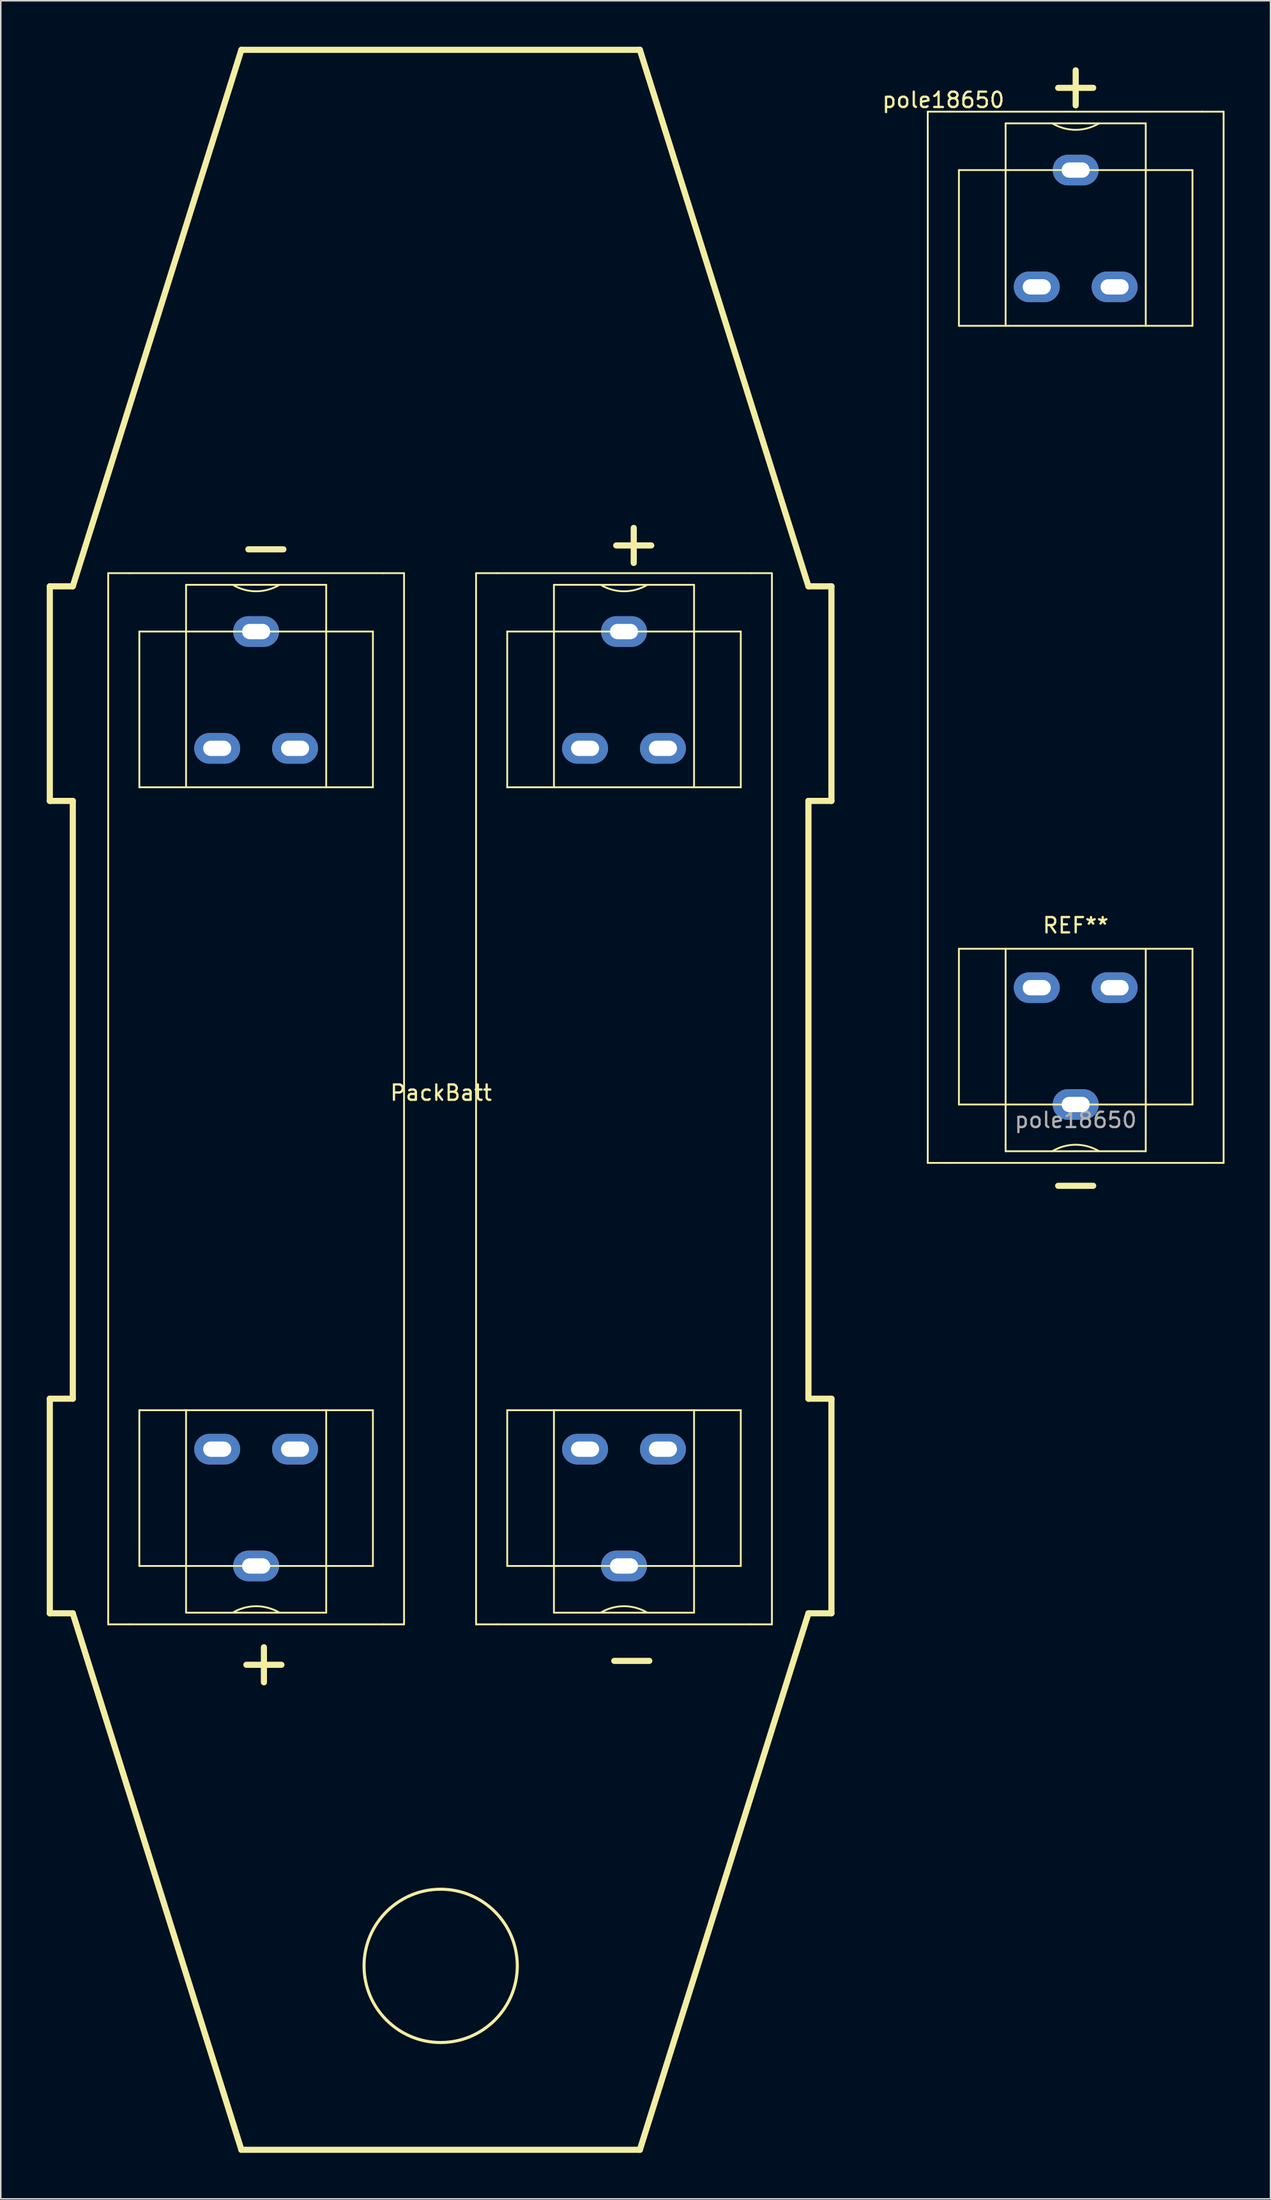
<source format=kicad_pcb>
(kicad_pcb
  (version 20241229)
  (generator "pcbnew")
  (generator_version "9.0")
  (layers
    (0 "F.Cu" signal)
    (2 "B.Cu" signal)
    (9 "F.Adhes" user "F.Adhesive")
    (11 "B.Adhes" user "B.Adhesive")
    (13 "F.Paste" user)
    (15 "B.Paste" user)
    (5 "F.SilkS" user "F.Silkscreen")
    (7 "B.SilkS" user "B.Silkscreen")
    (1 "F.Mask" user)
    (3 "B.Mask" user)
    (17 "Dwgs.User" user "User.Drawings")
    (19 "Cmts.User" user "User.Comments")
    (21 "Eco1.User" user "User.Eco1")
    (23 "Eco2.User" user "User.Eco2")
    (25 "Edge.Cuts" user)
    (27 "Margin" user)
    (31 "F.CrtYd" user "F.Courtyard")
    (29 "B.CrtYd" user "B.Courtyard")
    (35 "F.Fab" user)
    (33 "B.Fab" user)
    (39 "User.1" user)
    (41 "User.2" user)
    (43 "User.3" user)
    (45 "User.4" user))
  (footprint "pole18650"
    (layer "F.Cu")
    (at 67.137 13.125)
    (property "Reference" "pole18650" (at -8.636 -9.652 0) (layer "F.SilkS") (effects (font (size 1 1) (thickness 0.15))))
    (attr through_hole)
    (fp_line (start -9.652 -8.89) (end -8.255 -8.89) (stroke (width 0.12) (type solid)) (layer "F.SilkS"))
    (fp_line (start -9.652 59.69) (end -9.652 -8.89) (stroke (width 0.12) (type solid)) (layer "F.SilkS"))
    (fp_line (start -9.652 59.69) (end -8.255 59.69) (stroke (width 0.12) (type solid)) (layer "F.SilkS"))
    (fp_line (start -8.255 -8.89) (end 8.255 -8.89) (stroke (width 0.12) (type solid)) (layer "F.SilkS"))
    (fp_line (start -7.62 -5.08) (end 7.62 -5.08) (stroke (width 0.12) (type solid)) (layer "F.SilkS"))
    (fp_line (start -7.62 5.08) (end -7.62 -5.08) (stroke (width 0.12) (type solid)) (layer "F.SilkS"))
    (fp_line (start -7.62 45.72) (end 7.62 45.72) (stroke (width 0.12) (type solid)) (layer "F.SilkS"))
    (fp_line (start -7.62 55.88) (end -7.62 45.72) (stroke (width 0.12) (type solid)) (layer "F.SilkS"))
    (fp_line (start -4.572 -8.128) (end 4.572 -8.128) (stroke (width 0.12) (type solid)) (layer "F.SilkS"))
    (fp_line (start -4.572 5.08) (end -4.572 -8.128) (stroke (width 0.12) (type solid)) (layer "F.SilkS"))
    (fp_line (start -4.572 58.928) (end -4.572 45.72) (stroke (width 0.12) (type solid)) (layer "F.SilkS"))
    (fp_line (start 4.572 -8.128) (end 4.572 5.08) (stroke (width 0.12) (type solid)) (layer "F.SilkS"))
    (fp_line (start 4.572 45.72) (end 4.572 58.928) (stroke (width 0.12) (type solid)) (layer "F.SilkS"))
    (fp_line (start 4.572 58.928) (end -4.572 58.928) (stroke (width 0.12) (type solid)) (layer "F.SilkS"))
    (fp_line (start 7.62 -5.08) (end 7.62 5.08) (stroke (width 0.12) (type solid)) (layer "F.SilkS"))
    (fp_line (start 7.62 5.08) (end -7.62 5.08) (stroke (width 0.12) (type solid)) (layer "F.SilkS"))
    (fp_line (start 7.62 45.72) (end 7.62 55.88) (stroke (width 0.12) (type solid)) (layer "F.SilkS"))
    (fp_line (start 7.62 55.88) (end -7.62 55.88) (stroke (width 0.12) (type solid)) (layer "F.SilkS"))
    (fp_line (start 8.255 -8.89) (end 9.652 -8.89) (stroke (width 0.12) (type solid)) (layer "F.SilkS"))
    (fp_line (start 8.255 59.69) (end -8.255 59.69) (stroke (width 0.12) (type solid)) (layer "F.SilkS"))
    (fp_line (start 8.255 59.69) (end 9.652 59.69) (stroke (width 0.12) (type solid)) (layer "F.SilkS"))
    (fp_line (start 9.652 -8.89) (end 9.652 59.69) (stroke (width 0.12) (type solid)) (layer "F.SilkS"))
    (fp_arc (start -1.524 58.928001) (mid 0 58.505877) (end 1.523999 58.928001) (stroke (width 0.12) (type solid)) (layer "F.SilkS"))
    (fp_arc (start 1.524 -8.128001) (mid 0 -7.705877) (end -1.523999 -8.128001) (stroke (width 0.12) (type solid)) (layer "F.SilkS"))
    (fp_text user "-" (at 0 60.96 0) (layer "F.SilkS") (effects (font (size 3 3) (thickness 0.4))))
    (fp_text user "REF**" (at 0 44.196 180) (layer "F.SilkS") (effects (font (size 1 1) (thickness 0.15))))
    (fp_text user "+" (at 0 -10.668 0) (layer "F.SilkS") (effects (font (size 3 3) (thickness 0.4))))
    (fp_text user "pole18650" (at 0 56.896 180) (layer "F.Fab") (effects (font (size 1 1) (thickness 0.15))))
    (pad "1" thru_hole oval (at -2.54 2.54) (size 3 2) (drill oval 1.83 1) (layers "*.Cu" "*.Mask"))
    (pad "1" thru_hole oval (at 0 -5.08) (size 3 2) (drill oval 1.83 1) (layers "*.Cu" "*.Mask"))
    (pad "1" thru_hole oval (at 2.54 2.54) (size 3 2) (drill oval 1.83 1) (layers "*.Cu" "*.Mask"))
    (pad "2" thru_hole oval (at -2.54 48.26 180) (size 3 2) (drill oval 1.83 1) (layers "*.Cu" "*.Mask"))
    (pad "2" thru_hole oval (at 0 55.88 180) (size 3 2) (drill oval 1.83 1) (layers "*.Cu" "*.Mask"))
    (pad "2" thru_hole oval (at 2.54 48.26 180) (size 3 2) (drill oval 1.83 1) (layers "*.Cu" "*.Mask")))
  (footprint "PackBatt"
    (layer "F.Cu")
    (at 25.727 68.25)
    (property "Reference" "PackBatt" (at 0 -0.008 0) (layer "F.SilkS") (effects (font (size 1 1) (thickness 0.15))))
    (attr through_hole)
    (fp_line (start -25.527 -33.05) (end -25.527 -19.05) (stroke (width 0.4) (type solid)) (layer "F.SilkS"))
    (fp_line (start -25.527 -19.05) (end -24.027 -19.05) (stroke (width 0.4) (type solid)) (layer "F.SilkS"))
    (fp_line (start -25.527 19.95) (end -25.527 33.95) (stroke (width 0.4) (type solid)) (layer "F.SilkS"))
    (fp_line (start -25.527 33.95) (end -24.027 33.95) (stroke (width 0.4) (type solid)) (layer "F.SilkS"))
    (fp_line (start -24.027 -33.05) (end -25.527 -33.05) (stroke (width 0.4) (type solid)) (layer "F.SilkS"))
    (fp_line (start -24.027 -19.05) (end -24.027 19.95) (stroke (width 0.4) (type solid)) (layer "F.SilkS"))
    (fp_line (start -24.027 19.95) (end -25.527 19.95) (stroke (width 0.4) (type solid)) (layer "F.SilkS"))
    (fp_line (start -24.027 33.95) (end -13.027 68.95) (stroke (width 0.4) (type solid)) (layer "F.SilkS"))
    (fp_line (start -21.717 -33.909) (end -20.32 -33.909) (stroke (width 0.12) (type solid)) (layer "F.SilkS"))
    (fp_line (start -21.717 34.671) (end -21.717 -33.909) (stroke (width 0.12) (type solid)) (layer "F.SilkS"))
    (fp_line (start -21.717 34.671) (end -20.32 34.671) (stroke (width 0.12) (type solid)) (layer "F.SilkS"))
    (fp_line (start -20.32 -33.909) (end -3.81 -33.909) (stroke (width 0.12) (type solid)) (layer "F.SilkS"))
    (fp_line (start -19.685 -30.099) (end -4.445 -30.099) (stroke (width 0.12) (type solid)) (layer "F.SilkS"))
    (fp_line (start -19.685 -19.939) (end -19.685 -30.099) (stroke (width 0.12) (type solid)) (layer "F.SilkS"))
    (fp_line (start -19.685 20.701) (end -4.445 20.701) (stroke (width 0.12) (type solid)) (layer "F.SilkS"))
    (fp_line (start -19.685 30.861) (end -19.685 20.701) (stroke (width 0.12) (type solid)) (layer "F.SilkS"))
    (fp_line (start -16.637 -33.147) (end -7.493 -33.147) (stroke (width 0.12) (type solid)) (layer "F.SilkS"))
    (fp_line (start -16.637 -19.939) (end -16.637 -33.147) (stroke (width 0.12) (type solid)) (layer "F.SilkS"))
    (fp_line (start -16.637 33.909) (end -16.637 20.701) (stroke (width 0.12) (type solid)) (layer "F.SilkS"))
    (fp_line (start -13.027 -68.05) (end -24.027 -33.05) (stroke (width 0.4) (type solid)) (layer "F.SilkS"))
    (fp_line (start -13.027 68.95) (end 12.973 68.95) (stroke (width 0.4) (type solid)) (layer "F.SilkS"))
    (fp_line (start -7.493 -33.147) (end -7.493 -19.939) (stroke (width 0.12) (type solid)) (layer "F.SilkS"))
    (fp_line (start -7.493 20.701) (end -7.493 33.909) (stroke (width 0.12) (type solid)) (layer "F.SilkS"))
    (fp_line (start -7.493 33.909) (end -16.637 33.909) (stroke (width 0.12) (type solid)) (layer "F.SilkS"))
    (fp_line (start -4.445 -30.099) (end -4.445 -19.939) (stroke (width 0.12) (type solid)) (layer "F.SilkS"))
    (fp_line (start -4.445 -19.939) (end -19.685 -19.939) (stroke (width 0.12) (type solid)) (layer "F.SilkS"))
    (fp_line (start -4.445 20.701) (end -4.445 30.861) (stroke (width 0.12) (type solid)) (layer "F.SilkS"))
    (fp_line (start -4.445 30.861) (end -19.685 30.861) (stroke (width 0.12) (type solid)) (layer "F.SilkS"))
    (fp_line (start -3.81 -33.909) (end -2.413 -33.909) (stroke (width 0.12) (type solid)) (layer "F.SilkS"))
    (fp_line (start -3.81 34.671) (end -20.32 34.671) (stroke (width 0.12) (type solid)) (layer "F.SilkS"))
    (fp_line (start -3.81 34.671) (end -2.413 34.671) (stroke (width 0.12) (type solid)) (layer "F.SilkS"))
    (fp_line (start -2.413 -33.909) (end -2.413 34.671) (stroke (width 0.12) (type solid)) (layer "F.SilkS"))
    (fp_line (start 2.286 -33.909) (end 3.683 -33.909) (stroke (width 0.12) (type solid)) (layer "F.SilkS"))
    (fp_line (start 2.286 34.671) (end 2.286 -33.909) (stroke (width 0.12) (type solid)) (layer "F.SilkS"))
    (fp_line (start 2.286 34.671) (end 3.683 34.671) (stroke (width 0.12) (type solid)) (layer "F.SilkS"))
    (fp_line (start 3.683 -33.909) (end 20.193 -33.909) (stroke (width 0.12) (type solid)) (layer "F.SilkS"))
    (fp_line (start 4.318 -30.099) (end 19.558 -30.099) (stroke (width 0.12) (type solid)) (layer "F.SilkS"))
    (fp_line (start 4.318 -19.939) (end 4.318 -30.099) (stroke (width 0.12) (type solid)) (layer "F.SilkS"))
    (fp_line (start 4.318 20.701) (end 19.558 20.701) (stroke (width 0.12) (type solid)) (layer "F.SilkS"))
    (fp_line (start 4.318 30.861) (end 4.318 20.701) (stroke (width 0.12) (type solid)) (layer "F.SilkS"))
    (fp_line (start 7.366 -33.147) (end 16.51 -33.147) (stroke (width 0.12) (type solid)) (layer "F.SilkS"))
    (fp_line (start 7.366 -19.939) (end 7.366 -33.147) (stroke (width 0.12) (type solid)) (layer "F.SilkS"))
    (fp_line (start 7.366 33.909) (end 7.366 20.701) (stroke (width 0.12) (type solid)) (layer "F.SilkS"))
    (fp_line (start 12.973 -68.05) (end -13.027 -68.05) (stroke (width 0.4) (type solid)) (layer "F.SilkS"))
    (fp_line (start 12.973 68.95) (end 23.973 33.95) (stroke (width 0.4) (type solid)) (layer "F.SilkS"))
    (fp_line (start 16.51 -33.147) (end 16.51 -19.939) (stroke (width 0.12) (type solid)) (layer "F.SilkS"))
    (fp_line (start 16.51 20.701) (end 16.51 33.909) (stroke (width 0.12) (type solid)) (layer "F.SilkS"))
    (fp_line (start 16.51 33.909) (end 7.366 33.909) (stroke (width 0.12) (type solid)) (layer "F.SilkS"))
    (fp_line (start 19.558 -30.099) (end 19.558 -19.939) (stroke (width 0.12) (type solid)) (layer "F.SilkS"))
    (fp_line (start 19.558 -19.939) (end 4.318 -19.939) (stroke (width 0.12) (type solid)) (layer "F.SilkS"))
    (fp_line (start 19.558 20.701) (end 19.558 30.861) (stroke (width 0.12) (type solid)) (layer "F.SilkS"))
    (fp_line (start 19.558 30.861) (end 4.318 30.861) (stroke (width 0.12) (type solid)) (layer "F.SilkS"))
    (fp_line (start 20.193 -33.909) (end 21.59 -33.909) (stroke (width 0.12) (type solid)) (layer "F.SilkS"))
    (fp_line (start 20.193 34.671) (end 3.683 34.671) (stroke (width 0.12) (type solid)) (layer "F.SilkS"))
    (fp_line (start 20.193 34.671) (end 21.59 34.671) (stroke (width 0.12) (type solid)) (layer "F.SilkS"))
    (fp_line (start 21.59 -33.909) (end 21.59 34.671) (stroke (width 0.12) (type solid)) (layer "F.SilkS"))
    (fp_line (start 23.973 -33.05) (end 12.973 -68.05) (stroke (width 0.4) (type solid)) (layer "F.SilkS"))
    (fp_line (start 23.973 -19.05) (end 25.473 -19.05) (stroke (width 0.4) (type solid)) (layer "F.SilkS"))
    (fp_line (start 23.973 19.95) (end 23.973 -19.05) (stroke (width 0.4) (type solid)) (layer "F.SilkS"))
    (fp_line (start 23.973 33.95) (end 25.473 33.95) (stroke (width 0.4) (type solid)) (layer "F.SilkS"))
    (fp_line (start 25.473 -33.05) (end 23.973 -33.05) (stroke (width 0.4) (type solid)) (layer "F.SilkS"))
    (fp_line (start 25.473 -33.05) (end 25.473 -19.05) (stroke (width 0.4) (type solid)) (layer "F.SilkS"))
    (fp_line (start 25.473 19.95) (end 23.973 19.95) (stroke (width 0.4) (type solid)) (layer "F.SilkS"))
    (fp_line (start 25.473 33.95) (end 25.473 19.95) (stroke (width 0.4) (type solid)) (layer "F.SilkS"))
    (fp_arc (start -13.589 33.909001) (mid -12.065 33.486877) (end -10.541001 33.909001) (stroke (width 0.12) (type solid)) (layer "F.SilkS"))
    (fp_arc (start -10.541 -33.147001) (mid -12.065 -32.724877) (end -13.588999 -33.147001) (stroke (width 0.12) (type solid)) (layer "F.SilkS"))
    (fp_arc (start 10.414 33.909001) (mid 11.938 33.486877) (end 13.461999 33.909001) (stroke (width 0.12) (type solid)) (layer "F.SilkS"))
    (fp_arc (start 13.462 -33.147001) (mid 11.938 -32.724877) (end 10.414001 -33.147001) (stroke (width 0.12) (type solid)) (layer "F.SilkS"))
    (fp_circle (center -0.024 56.95) (end 4.976 56.95) (stroke (width 0.2) (type solid)) (fill no) (layer "F.SilkS"))
    (fp_text user "-" (at -11.43 -35.687 0) (layer "F.SilkS") (effects (font (size 3 3) (thickness 0.4))))
    (fp_text user "-" (at 12.446 36.83 0) (layer "F.SilkS") (effects (font (size 3 3) (thickness 0.4))))
    (fp_text user "+" (at -11.557 37.084 0) (layer "F.SilkS") (effects (font (size 3 3) (thickness 0.4))))
    (fp_text user "+" (at 12.573 -35.941 0) (layer "F.SilkS") (effects (font (size 3 3) (thickness 0.4))))
    (pad "1" thru_hole oval (at -14.605 23.241 180) (size 3 2) (drill oval 1.83 1) (layers "*.Cu" "*.Mask"))
    (pad "1" thru_hole oval (at -12.065 30.861 180) (size 3 2) (drill oval 1.83 1) (layers "*.Cu" "*.Mask"))
    (pad "1" thru_hole oval (at -9.525 23.241 180) (size 3 2) (drill oval 1.83 1) (layers "*.Cu" "*.Mask"))
    (pad "2" thru_hole oval (at -14.605 -22.479) (size 3 2) (drill oval 1.83 1) (layers "*.Cu" "*.Mask"))
    (pad "2" thru_hole oval (at -12.065 -30.099) (size 3 2) (drill oval 1.83 1) (layers "*.Cu" "*.Mask"))
    (pad "2" thru_hole oval (at -9.525 -22.479) (size 3 2) (drill oval 1.83 1) (layers "*.Cu" "*.Mask"))
    (pad "3" thru_hole oval (at 9.398 -22.479) (size 3 2) (drill oval 1.83 1) (layers "*.Cu" "*.Mask"))
    (pad "3" thru_hole oval (at 11.938 -30.099) (size 3 2) (drill oval 1.83 1) (layers "*.Cu" "*.Mask"))
    (pad "3" thru_hole oval (at 14.478 -22.479) (size 3 2) (drill oval 1.83 1) (layers "*.Cu" "*.Mask"))
    (pad "4" thru_hole oval (at 9.398 23.241 180) (size 3 2) (drill oval 1.83 1) (layers "*.Cu" "*.Mask"))
    (pad "4" thru_hole oval (at 11.938 30.861 180) (size 3 2) (drill oval 1.83 1) (layers "*.Cu" "*.Mask"))
    (pad "4" thru_hole oval (at 14.478 23.241 180) (size 3 2) (drill oval 1.83 1) (layers "*.Cu" "*.Mask")))
  (gr_rect
    (start -3 -3)
    (end 79.849 140.4)
    (stroke (width 0.1) (type default))
    (fill no)
    (layer "Edge.Cuts")))
</source>
